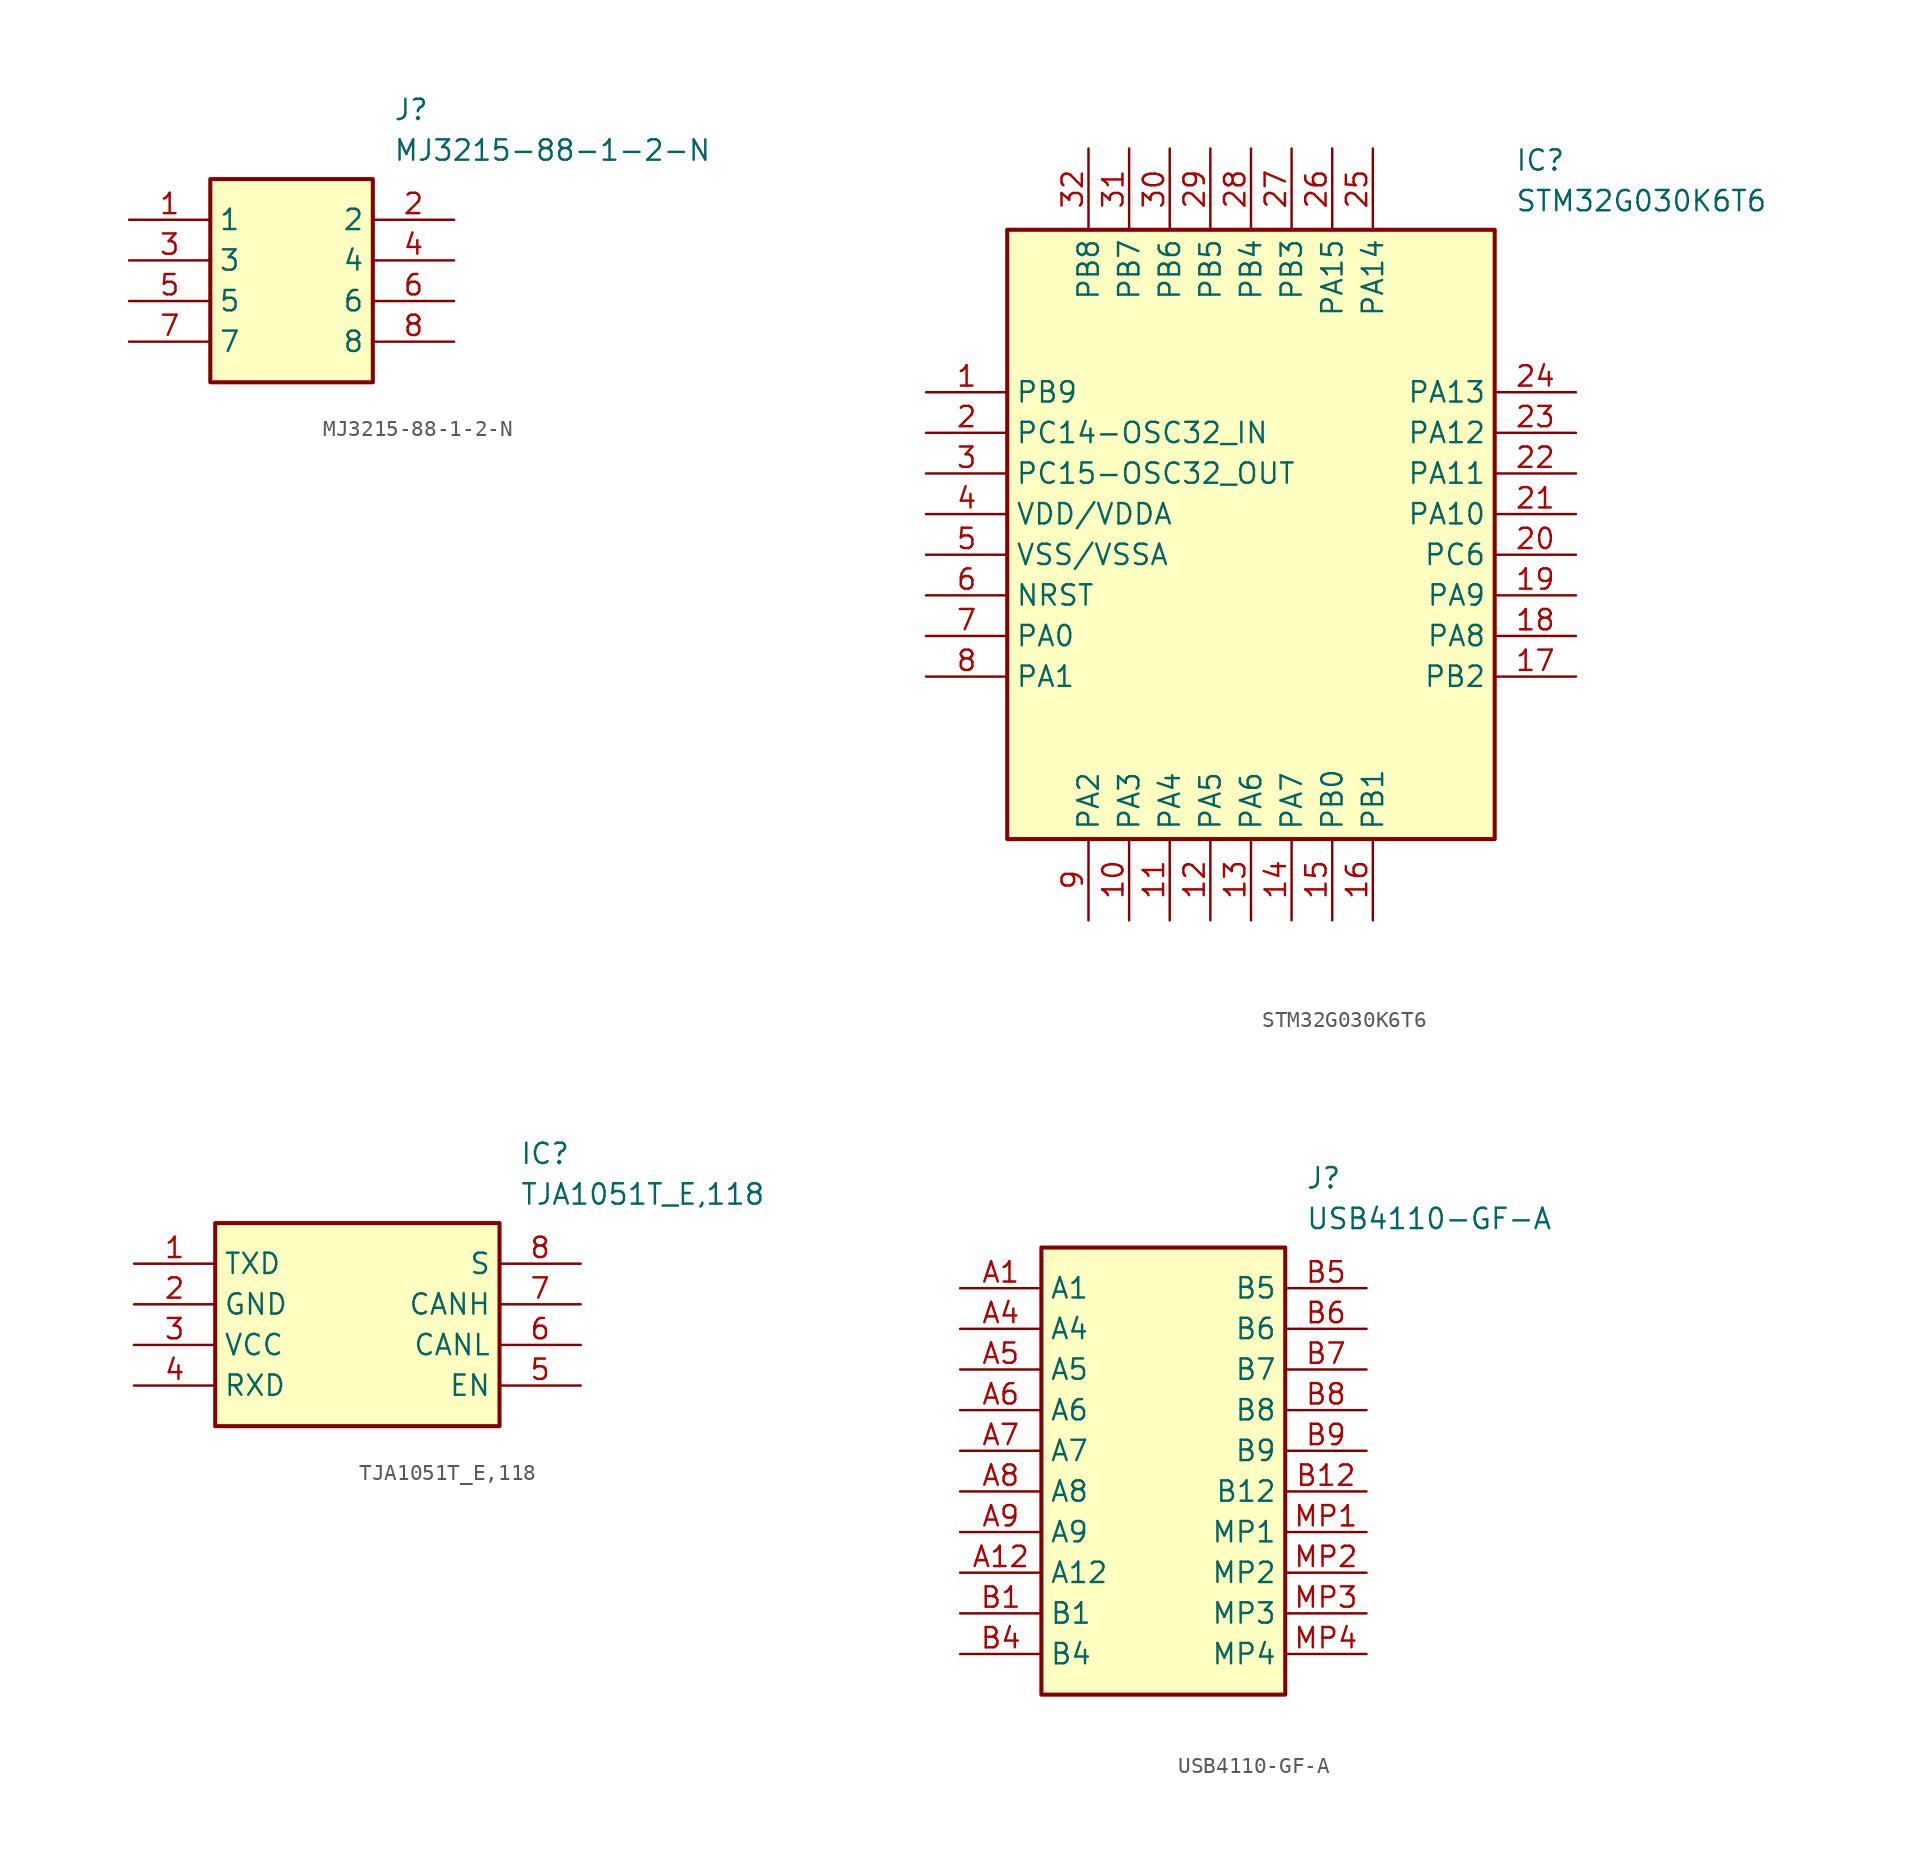
<source format=kicad_sym>
(kicad_symbol_lib
  (version 20241209)
  (generator "kicad_symbol_editor")
  (generator_version "9.0")
  (symbol "MJ3215-88-1-2-N"
    (property "Reference" "J"
      (at 16.51 7.62 0)
      (effects (font (size 1.27 1.27)) (justify left top)))
    (property "Value" "MJ3215-88-1-2-N"
      (at 16.51 5.08 0)
      (effects (font (size 1.27 1.27)) (justify left top)))
    (rectangle
      (start 5.08 2.54)
      (end 15.24 -10.16)
      (stroke (width 0.254) (type default))
      (fill (type background)))
    (pin passive line
      (at 0 0 0)
      (length 5.08)
      (name "1" (effects (font (size 1.27 1.27))))
      (number "1" (effects (font (size 1.27 1.27)))))
    (pin passive line
      (at 20.32 0 180)
      (length 5.08)
      (name "2" (effects (font (size 1.27 1.27))))
      (number "2" (effects (font (size 1.27 1.27)))))
    (pin passive line
      (at 0 -2.54 0)
      (length 5.08)
      (name "3" (effects (font (size 1.27 1.27))))
      (number "3" (effects (font (size 1.27 1.27)))))
    (pin passive line
      (at 20.32 -2.54 180)
      (length 5.08)
      (name "4" (effects (font (size 1.27 1.27))))
      (number "4" (effects (font (size 1.27 1.27)))))
    (pin passive line
      (at 0 -5.08 0)
      (length 5.08)
      (name "5" (effects (font (size 1.27 1.27))))
      (number "5" (effects (font (size 1.27 1.27)))))
    (pin passive line
      (at 20.32 -5.08 180)
      (length 5.08)
      (name "6" (effects (font (size 1.27 1.27))))
      (number "6" (effects (font (size 1.27 1.27)))))
    (pin passive line
      (at 0 -7.62 0)
      (length 5.08)
      (name "7" (effects (font (size 1.27 1.27))))
      (number "7" (effects (font (size 1.27 1.27)))))
    (pin passive line
      (at 20.32 -7.62 180)
      (length 5.08)
      (name "8" (effects (font (size 1.27 1.27))))
      (number "8" (effects (font (size 1.27 1.27))))))
  (symbol "STM32G030K6T6"
    (property "Reference" "IC"
      (at 36.83 15.24 0)
      (effects (font (size 1.27 1.27)) (justify left top)))
    (property "Value" "STM32G030K6T6"
      (at 36.83 12.7 0)
      (effects (font (size 1.27 1.27)) (justify left top)))
    (symbol "STM32G030K6T6_1_1"
      (rectangle (start 5.08 10.16) (end 35.56 -27.94) (stroke (width 0.254) (type default)) (fill (type background)))
      (pin passive line (at 0 0 0) (length 5.08) (name "PB9" (effects (font (size 1.27 1.27)))) (number "1" (effects (font (size 1.27 1.27)))))
      (pin passive line (at 0 -2.54 0) (length 5.08) (name "PC14-OSC32_IN" (effects (font (size 1.27 1.27)))) (number "2" (effects (font (size 1.27 1.27)))))
      (pin passive line (at 0 -5.08 0) (length 5.08) (name "PC15-OSC32_OUT" (effects (font (size 1.27 1.27)))) (number "3" (effects (font (size 1.27 1.27)))))
      (pin passive line (at 0 -7.62 0) (length 5.08) (name "VDD/VDDA" (effects (font (size 1.27 1.27)))) (number "4" (effects (font (size 1.27 1.27)))))
      (pin passive line (at 0 -10.16 0) (length 5.08) (name "VSS/VSSA" (effects (font (size 1.27 1.27)))) (number "5" (effects (font (size 1.27 1.27)))))
      (pin passive line (at 0 -12.7 0) (length 5.08) (name "NRST" (effects (font (size 1.27 1.27)))) (number "6" (effects (font (size 1.27 1.27)))))
      (pin passive line (at 0 -15.24 0) (length 5.08) (name "PA0" (effects (font (size 1.27 1.27)))) (number "7" (effects (font (size 1.27 1.27)))))
      (pin passive line (at 0 -17.78 0) (length 5.08) (name "PA1" (effects (font (size 1.27 1.27)))) (number "8" (effects (font (size 1.27 1.27)))))
      (pin passive line (at 10.16 15.24 270) (length 5.08) (name "PB8" (effects (font (size 1.27 1.27)))) (number "32" (effects (font (size 1.27 1.27)))))
      (pin passive line (at 10.16 -33.02 90) (length 5.08) (name "PA2" (effects (font (size 1.27 1.27)))) (number "9" (effects (font (size 1.27 1.27)))))
      (pin passive line (at 12.7 15.24 270) (length 5.08) (name "PB7" (effects (font (size 1.27 1.27)))) (number "31" (effects (font (size 1.27 1.27)))))
      (pin passive line (at 12.7 -33.02 90) (length 5.08) (name "PA3" (effects (font (size 1.27 1.27)))) (number "10" (effects (font (size 1.27 1.27)))))
      (pin passive line (at 15.24 15.24 270) (length 5.08) (name "PB6" (effects (font (size 1.27 1.27)))) (number "30" (effects (font (size 1.27 1.27)))))
      (pin passive line (at 15.24 -33.02 90) (length 5.08) (name "PA4" (effects (font (size 1.27 1.27)))) (number "11" (effects (font (size 1.27 1.27)))))
      (pin passive line (at 17.78 15.24 270) (length 5.08) (name "PB5" (effects (font (size 1.27 1.27)))) (number "29" (effects (font (size 1.27 1.27)))))
      (pin passive line (at 17.78 -33.02 90) (length 5.08) (name "PA5" (effects (font (size 1.27 1.27)))) (number "12" (effects (font (size 1.27 1.27)))))
      (pin passive line (at 20.32 15.24 270) (length 5.08) (name "PB4" (effects (font (size 1.27 1.27)))) (number "28" (effects (font (size 1.27 1.27)))))
      (pin passive line (at 20.32 -33.02 90) (length 5.08) (name "PA6" (effects (font (size 1.27 1.27)))) (number "13" (effects (font (size 1.27 1.27)))))
      (pin passive line (at 22.86 15.24 270) (length 5.08) (name "PB3" (effects (font (size 1.27 1.27)))) (number "27" (effects (font (size 1.27 1.27)))))
      (pin passive line (at 22.86 -33.02 90) (length 5.08) (name "PA7" (effects (font (size 1.27 1.27)))) (number "14" (effects (font (size 1.27 1.27)))))
      (pin passive line (at 25.4 15.24 270) (length 5.08) (name "PA15" (effects (font (size 1.27 1.27)))) (number "26" (effects (font (size 1.27 1.27)))))
      (pin passive line (at 25.4 -33.02 90) (length 5.08) (name "PB0" (effects (font (size 1.27 1.27)))) (number "15" (effects (font (size 1.27 1.27)))))
      (pin passive line (at 27.94 15.24 270) (length 5.08) (name "PA14" (effects (font (size 1.27 1.27)))) (number "25" (effects (font (size 1.27 1.27)))))
      (pin passive line (at 27.94 -33.02 90) (length 5.08) (name "PB1" (effects (font (size 1.27 1.27)))) (number "16" (effects (font (size 1.27 1.27)))))
      (pin passive line (at 40.64 0 180) (length 5.08) (name "PA13" (effects (font (size 1.27 1.27)))) (number "24" (effects (font (size 1.27 1.27)))))
      (pin passive line (at 40.64 -2.54 180) (length 5.08) (name "PA12" (effects (font (size 1.27 1.27)))) (number "23" (effects (font (size 1.27 1.27)))))
      (pin passive line (at 40.64 -5.08 180) (length 5.08) (name "PA11" (effects (font (size 1.27 1.27)))) (number "22" (effects (font (size 1.27 1.27)))))
      (pin passive line (at 40.64 -7.62 180) (length 5.08) (name "PA10" (effects (font (size 1.27 1.27)))) (number "21" (effects (font (size 1.27 1.27)))))
      (pin passive line (at 40.64 -10.16 180) (length 5.08) (name "PC6" (effects (font (size 1.27 1.27)))) (number "20" (effects (font (size 1.27 1.27)))))
      (pin passive line (at 40.64 -12.7 180) (length 5.08) (name "PA9" (effects (font (size 1.27 1.27)))) (number "19" (effects (font (size 1.27 1.27)))))
      (pin passive line (at 40.64 -15.24 180) (length 5.08) (name "PA8" (effects (font (size 1.27 1.27)))) (number "18" (effects (font (size 1.27 1.27)))))
      (pin passive line (at 40.64 -17.78 180) (length 5.08) (name "PB2" (effects (font (size 1.27 1.27)))) (number "17" (effects (font (size 1.27 1.27)))))))
  (symbol "TJA1051T_E,118"
    (property "Reference" "IC"
      (at 24.13 7.62 0)
      (effects (font (size 1.27 1.27)) (justify left top)))
    (property "Value" "TJA1051T_E,118"
      (at 24.13 5.08 0)
      (effects (font (size 1.27 1.27)) (justify left top)))
    (symbol "TJA1051T_E,118_1_1"
      (rectangle (start 5.08 2.54) (end 22.86 -10.16) (stroke (width 0.254) (type default)) (fill (type background)))
      (pin passive line (at 0 0 0) (length 5.08) (name "TXD" (effects (font (size 1.27 1.27)))) (number "1" (effects (font (size 1.27 1.27)))))
      (pin passive line (at 0 -2.54 0) (length 5.08) (name "GND" (effects (font (size 1.27 1.27)))) (number "2" (effects (font (size 1.27 1.27)))))
      (pin passive line (at 0 -5.08 0) (length 5.08) (name "VCC" (effects (font (size 1.27 1.27)))) (number "3" (effects (font (size 1.27 1.27)))))
      (pin passive line (at 0 -7.62 0) (length 5.08) (name "RXD" (effects (font (size 1.27 1.27)))) (number "4" (effects (font (size 1.27 1.27)))))
      (pin passive line (at 27.94 0 180) (length 5.08) (name "S" (effects (font (size 1.27 1.27)))) (number "8" (effects (font (size 1.27 1.27)))))
      (pin passive line (at 27.94 -2.54 180) (length 5.08) (name "CANH" (effects (font (size 1.27 1.27)))) (number "7" (effects (font (size 1.27 1.27)))))
      (pin passive line (at 27.94 -5.08 180) (length 5.08) (name "CANL" (effects (font (size 1.27 1.27)))) (number "6" (effects (font (size 1.27 1.27)))))
      (pin passive line (at 27.94 -7.62 180) (length 5.08) (name "EN" (effects (font (size 1.27 1.27)))) (number "5" (effects (font (size 1.27 1.27)))))))
  (symbol "USB4110-GF-A"
    (property "Reference" "J"
      (at 21.59 7.62 0)
      (effects (font (size 1.27 1.27)) (justify left top)))
    (property "Value" "USB4110-GF-A"
      (at 21.59 5.08 0)
      (effects (font (size 1.27 1.27)) (justify left top)))
    (rectangle
      (start 5.08 2.54)
      (end 20.32 -25.4)
      (stroke (width 0.254) (type default))
      (fill (type background)))
    (pin passive line
      (at 0 0 0)
      (length 5.08)
      (name "A1" (effects (font (size 1.27 1.27))))
      (number "A1" (effects (font (size 1.27 1.27)))))
    (pin passive line
      (at 0 -2.54 0)
      (length 5.08)
      (name "A4" (effects (font (size 1.27 1.27))))
      (number "A4" (effects (font (size 1.27 1.27)))))
    (pin passive line
      (at 0 -5.08 0)
      (length 5.08)
      (name "A5" (effects (font (size 1.27 1.27))))
      (number "A5" (effects (font (size 1.27 1.27)))))
    (pin passive line
      (at 0 -7.62 0)
      (length 5.08)
      (name "A6" (effects (font (size 1.27 1.27))))
      (number "A6" (effects (font (size 1.27 1.27)))))
    (pin passive line
      (at 0 -10.16 0)
      (length 5.08)
      (name "A7" (effects (font (size 1.27 1.27))))
      (number "A7" (effects (font (size 1.27 1.27)))))
    (pin passive line
      (at 0 -12.7 0)
      (length 5.08)
      (name "A8" (effects (font (size 1.27 1.27))))
      (number "A8" (effects (font (size 1.27 1.27)))))
    (pin passive line
      (at 0 -15.24 0)
      (length 5.08)
      (name "A9" (effects (font (size 1.27 1.27))))
      (number "A9" (effects (font (size 1.27 1.27)))))
    (pin passive line
      (at 0 -17.78 0)
      (length 5.08)
      (name "A12" (effects (font (size 1.27 1.27))))
      (number "A12" (effects (font (size 1.27 1.27)))))
    (pin passive line
      (at 0 -20.32 0)
      (length 5.08)
      (name "B1" (effects (font (size 1.27 1.27))))
      (number "B1" (effects (font (size 1.27 1.27)))))
    (pin passive line
      (at 0 -22.86 0)
      (length 5.08)
      (name "B4" (effects (font (size 1.27 1.27))))
      (number "B4" (effects (font (size 1.27 1.27)))))
    (pin passive line
      (at 25.4 0 180)
      (length 5.08)
      (name "B5" (effects (font (size 1.27 1.27))))
      (number "B5" (effects (font (size 1.27 1.27)))))
    (pin passive line
      (at 25.4 -2.54 180)
      (length 5.08)
      (name "B6" (effects (font (size 1.27 1.27))))
      (number "B6" (effects (font (size 1.27 1.27)))))
    (pin passive line
      (at 25.4 -5.08 180)
      (length 5.08)
      (name "B7" (effects (font (size 1.27 1.27))))
      (number "B7" (effects (font (size 1.27 1.27)))))
    (pin passive line
      (at 25.4 -7.62 180)
      (length 5.08)
      (name "B8" (effects (font (size 1.27 1.27))))
      (number "B8" (effects (font (size 1.27 1.27)))))
    (pin passive line
      (at 25.4 -10.16 180)
      (length 5.08)
      (name "B9" (effects (font (size 1.27 1.27))))
      (number "B9" (effects (font (size 1.27 1.27)))))
    (pin passive line
      (at 25.4 -12.7 180)
      (length 5.08)
      (name "B12" (effects (font (size 1.27 1.27))))
      (number "B12" (effects (font (size 1.27 1.27)))))
    (pin passive line
      (at 25.4 -15.24 180)
      (length 5.08)
      (name "MP1" (effects (font (size 1.27 1.27))))
      (number "MP1" (effects (font (size 1.27 1.27)))))
    (pin passive line
      (at 25.4 -17.78 180)
      (length 5.08)
      (name "MP2" (effects (font (size 1.27 1.27))))
      (number "MP2" (effects (font (size 1.27 1.27)))))
    (pin passive line
      (at 25.4 -20.32 180)
      (length 5.08)
      (name "MP3" (effects (font (size 1.27 1.27))))
      (number "MP3" (effects (font (size 1.27 1.27)))))
    (pin passive line
      (at 25.4 -22.86 180)
      (length 5.08)
      (name "MP4" (effects (font (size 1.27 1.27))))
      (number "MP4" (effects (font (size 1.27 1.27)))))))
</source>
